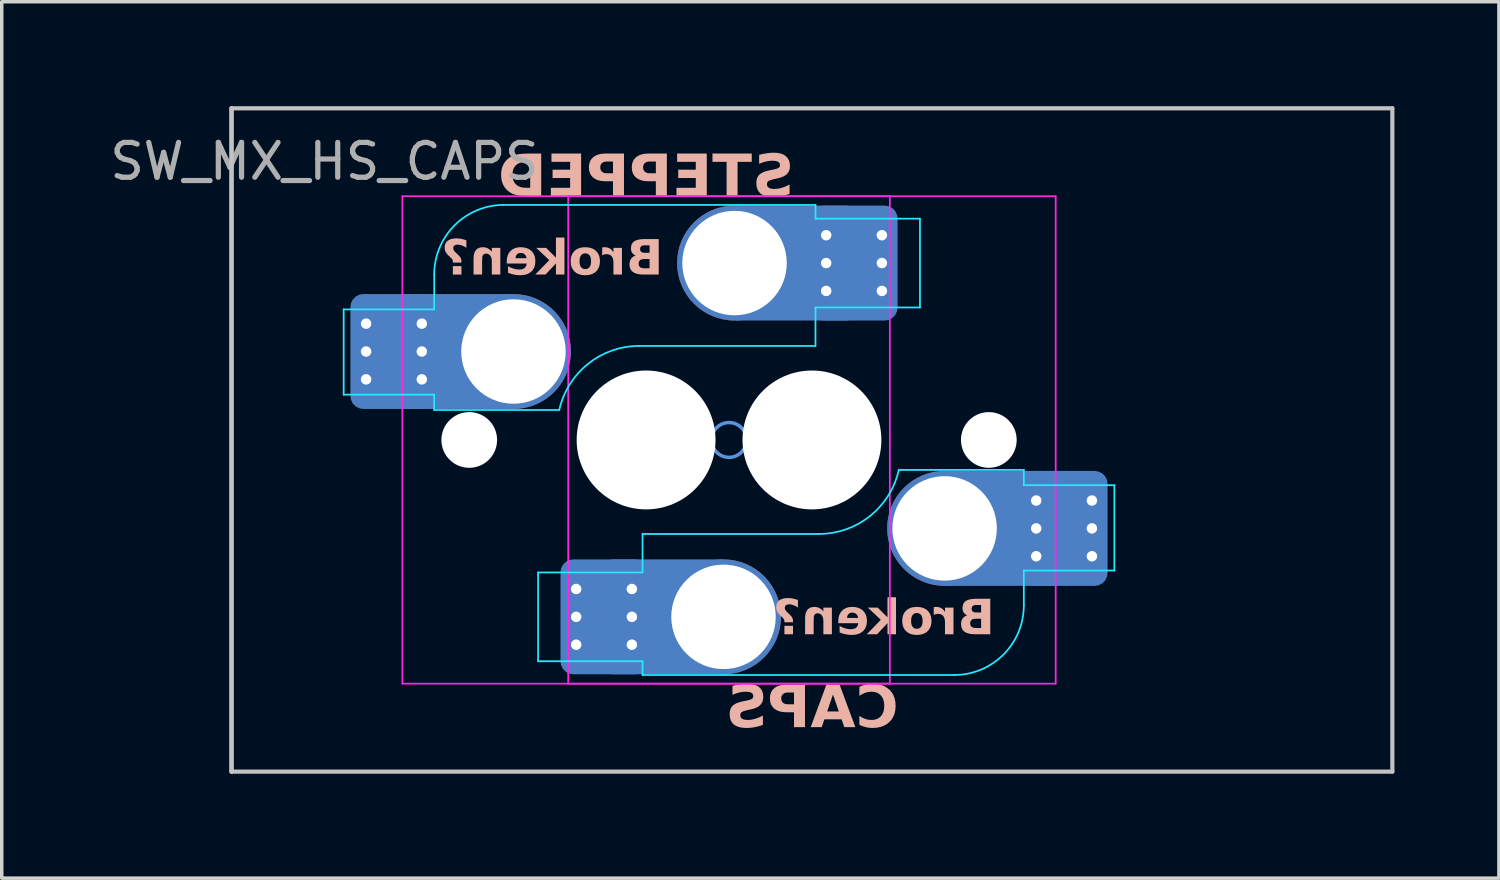
<source format=kicad_pcb>
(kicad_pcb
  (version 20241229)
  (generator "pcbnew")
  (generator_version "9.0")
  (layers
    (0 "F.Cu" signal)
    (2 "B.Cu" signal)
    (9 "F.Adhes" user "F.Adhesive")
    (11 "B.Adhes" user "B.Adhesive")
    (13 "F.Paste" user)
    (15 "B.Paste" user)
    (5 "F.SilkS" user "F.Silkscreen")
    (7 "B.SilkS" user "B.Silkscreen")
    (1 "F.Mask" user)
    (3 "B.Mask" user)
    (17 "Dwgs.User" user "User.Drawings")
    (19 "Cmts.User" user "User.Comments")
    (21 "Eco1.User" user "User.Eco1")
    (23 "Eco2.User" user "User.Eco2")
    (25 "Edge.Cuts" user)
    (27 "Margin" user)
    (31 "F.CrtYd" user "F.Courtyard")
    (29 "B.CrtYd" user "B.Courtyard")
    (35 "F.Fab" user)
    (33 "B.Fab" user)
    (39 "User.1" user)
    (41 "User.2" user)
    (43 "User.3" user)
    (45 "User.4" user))
  (footprint "SW_MX_HS_CAPS"
    (layer "F.Cu")
    (at 20.268 9.585)
    (property "Reference" "SW_MX_HS_CAPS" (at -14 -8 0) (layer "F.Fab") (effects (font (size 1 1) (thickness 0.15))))
    (attr smd)
    (fp_line (start -16.669 -9.525) (end -16.669 9.525) (stroke (width 0.12) (type solid)) (layer "Dwgs.User"))
    (fp_line (start -16.669 -9.525) (end -16.669 9.525) (stroke (width 0.12) (type solid)) (layer "Dwgs.User"))
    (fp_line (start -16.669 9.525) (end 16.669 9.525) (stroke (width 0.12) (type solid)) (layer "Dwgs.User"))
    (fp_line (start 16.669 -9.525) (end -16.669 -9.525) (stroke (width 0.12) (type solid)) (layer "Dwgs.User"))
    (fp_line (start 16.669 9.525) (end 16.669 -9.525) (stroke (width 0.12) (type solid)) (layer "Dwgs.User"))
    (fp_circle (center -8.572 -2.54) (end -8.572 -3.04) (stroke (width 0.1) (type default)) (fill no) (layer "Cmts.User"))
    (fp_circle (center -2.381 0) (end -2.381 -0.5) (stroke (width 0.1) (type default)) (fill no) (layer "Cmts.User"))
    (fp_circle (center 3.81 2.54) (end 3.81 3.04) (stroke (width 0.1) (type default)) (fill no) (layer "Cmts.User"))
    (fp_line (start -11.762 6.5) (end -11.762 -6.5) (stroke (width 0.05) (type solid)) (layer "Eco2.User"))
    (fp_line (start -11.262 -7) (end 1.738 -7) (stroke (width 0.05) (type solid)) (layer "Eco2.User"))
    (fp_line (start -7 6.5) (end -7 -6.5) (stroke (width 0.05) (type solid)) (layer "Eco2.User"))
    (fp_line (start -6.5 -7) (end 6.5 -7) (stroke (width 0.05) (type solid)) (layer "Eco2.User"))
    (fp_line (start 1.738 7) (end -11.262 7) (stroke (width 0.05) (type solid)) (layer "Eco2.User"))
    (fp_line (start 2.237 -6.5) (end 2.237 6.5) (stroke (width 0.05) (type solid)) (layer "Eco2.User"))
    (fp_line (start 6.5 7) (end -6.5 7) (stroke (width 0.05) (type solid)) (layer "Eco2.User"))
    (fp_line (start 7 -6.5) (end 7 6.5) (stroke (width 0.05) (type solid)) (layer "Eco2.User"))
    (fp_arc (start -11.7625 -6.5) (mid -11.616053 -6.853553) (end -11.2625 -7) (stroke (width 0.05) (type solid)) (layer "Eco2.User"))
    (fp_arc (start -11.2625 7) (mid -11.616053 6.853553) (end -11.7625 6.5) (stroke (width 0.05) (type solid)) (layer "Eco2.User"))
    (fp_arc (start -6.997236 -6.498884) (mid -6.850806 -6.852454) (end -6.497236 -6.998884) (stroke (width 0.05) (type solid)) (layer "Eco2.User"))
    (fp_arc (start -6.5 7) (mid -6.853553 6.853553) (end -7 6.5) (stroke (width 0.05) (type solid)) (layer "Eco2.User"))
    (fp_arc (start 1.7375 -7) (mid 2.091053 -6.853553) (end 2.2375 -6.5) (stroke (width 0.05) (type solid)) (layer "Eco2.User"))
    (fp_arc (start 2.234736 6.498884) (mid 2.088306 6.852455) (end 1.734736 6.998884) (stroke (width 0.05) (type solid)) (layer "Eco2.User"))
    (fp_arc (start 6.5 -7) (mid 6.853553 -6.853553) (end 7 -6.5) (stroke (width 0.05) (type solid)) (layer "Eco2.User"))
    (fp_arc (start 7 6.5) (mid 6.853553 6.853553) (end 6.5 7) (stroke (width 0.05) (type solid)) (layer "Eco2.User"))
    (fp_line (start -13.448 -3.75) (end -13.448 -1.3) (stroke (width 0.05) (type solid)) (layer "B.CrtYd"))
    (fp_line (start -13.448 -1.3) (end -10.848 -1.3) (stroke (width 0.05) (type solid)) (layer "B.CrtYd"))
    (fp_line (start -10.848 -3.75) (end -13.448 -3.75) (stroke (width 0.05) (type solid)) (layer "B.CrtYd"))
    (fp_line (start -10.848 -3.75) (end -10.848 -4.75) (stroke (width 0.05) (type solid)) (layer "B.CrtYd"))
    (fp_line (start -10.848 -1.3) (end -10.848 -0.86) (stroke (width 0.05) (type solid)) (layer "B.CrtYd"))
    (fp_line (start -10.848 -0.86) (end -7.257 -0.86) (stroke (width 0.05) (type solid)) (layer "B.CrtYd"))
    (fp_line (start -8.848 -6.75) (end 0.102 -6.75) (stroke (width 0.05) (type solid)) (layer "B.CrtYd"))
    (fp_line (start -7.865 3.805) (end -7.865 6.355) (stroke (width 0.05) (type solid)) (layer "B.CrtYd"))
    (fp_line (start -4.865 2.7) (end 0.2 2.7) (stroke (width 0.05) (type solid)) (layer "B.CrtYd"))
    (fp_line (start -4.865 3.805) (end -7.865 3.805) (stroke (width 0.05) (type solid)) (layer "B.CrtYd"))
    (fp_line (start -4.865 3.805) (end -4.865 2.7) (stroke (width 0.05) (type solid)) (layer "B.CrtYd"))
    (fp_line (start -4.865 6.355) (end -7.865 6.355) (stroke (width 0.05) (type solid)) (layer "B.CrtYd"))
    (fp_line (start -4.865 6.75) (end -4.865 6.355) (stroke (width 0.05) (type solid)) (layer "B.CrtYd"))
    (fp_line (start 0.102 -6.75) (end 0.102 -6.355) (stroke (width 0.05) (type solid)) (layer "B.CrtYd"))
    (fp_line (start 0.102 -6.355) (end 3.102 -6.355) (stroke (width 0.05) (type solid)) (layer "B.CrtYd"))
    (fp_line (start 0.102 -3.805) (end 0.102 -2.7) (stroke (width 0.05) (type solid)) (layer "B.CrtYd"))
    (fp_line (start 0.102 -3.805) (end 3.102 -3.805) (stroke (width 0.05) (type solid)) (layer "B.CrtYd"))
    (fp_line (start 0.102 -2.7) (end -4.963 -2.7) (stroke (width 0.05) (type solid)) (layer "B.CrtYd"))
    (fp_line (start 3.102 -3.805) (end 3.102 -6.355) (stroke (width 0.05) (type solid)) (layer "B.CrtYd"))
    (fp_line (start 4.085 6.75) (end -4.865 6.75) (stroke (width 0.05) (type solid)) (layer "B.CrtYd"))
    (fp_line (start 6.085 0.86) (end 2.494 0.86) (stroke (width 0.05) (type solid)) (layer "B.CrtYd"))
    (fp_line (start 6.085 1.3) (end 6.085 0.86) (stroke (width 0.05) (type solid)) (layer "B.CrtYd"))
    (fp_line (start 6.085 3.75) (end 6.085 4.75) (stroke (width 0.05) (type solid)) (layer "B.CrtYd"))
    (fp_line (start 6.085 3.75) (end 8.685 3.75) (stroke (width 0.05) (type solid)) (layer "B.CrtYd"))
    (fp_line (start 8.685 1.3) (end 6.085 1.3) (stroke (width 0.05) (type solid)) (layer "B.CrtYd"))
    (fp_line (start 8.685 3.75) (end 8.685 1.3) (stroke (width 0.05) (type solid)) (layer "B.CrtYd"))
    (fp_arc (start -10.847676 -4.75022) (mid -10.26189 -6.164434) (end -8.847676 -6.75022) (stroke (width 0.05) (type solid)) (layer "B.CrtYd"))
    (fp_arc (start -7.256822 -0.86022) (mid -6.433003 -2.183399) (end -4.9625 -2.70022) (stroke (width 0.05) (type solid)) (layer "B.CrtYd"))
    (fp_arc (start 2.494322 0.86022) (mid 1.670503 2.183399) (end 0.2 2.70022) (stroke (width 0.05) (type solid)) (layer "B.CrtYd"))
    (fp_arc (start 6.085176 4.75022) (mid 5.49939 6.164434) (end 4.085176 6.75022) (stroke (width 0.05) (type solid)) (layer "B.CrtYd"))
    (fp_line (start -11.762 -7) (end -11.762 7) (stroke (width 0.05) (type solid)) (layer "F.CrtYd"))
    (fp_line (start -11.762 7) (end 2.237 7) (stroke (width 0.05) (type solid)) (layer "F.CrtYd"))
    (fp_line (start -7 -7) (end -7 7) (stroke (width 0.05) (type solid)) (layer "F.CrtYd"))
    (fp_line (start -7 7) (end 7 7) (stroke (width 0.05) (type solid)) (layer "F.CrtYd"))
    (fp_line (start 2.237 -7) (end -11.762 -7) (stroke (width 0.05) (type solid)) (layer "F.CrtYd"))
    (fp_line (start 2.237 7) (end 2.237 -7) (stroke (width 0.05) (type solid)) (layer "F.CrtYd"))
    (fp_line (start 7 -7) (end -7 -7) (stroke (width 0.05) (type solid)) (layer "F.CrtYd"))
    (fp_line (start 7 7) (end 7 -7) (stroke (width 0.05) (type solid)) (layer "F.CrtYd"))
    (fp_text user "Broken?" (at 5.25 5.75 0) (unlocked yes) (layer "B.SilkS") (effects (font (face "Hitmo2.0") (size 1 1) (thickness 0.25) (bold yes)) (justify left bottom mirror)))
    (fp_text user "Broken?" (at -4.272 -4.58 0) (unlocked yes) (layer "B.SilkS") (effects (font (face "Hitmo2.0") (size 1 1) (thickness 0.25) (bold yes)) (justify left bottom mirror)))
    (fp_text user "CAPS" (at 0 7.75 0) (layer "B.SilkS") (effects (font (face "Hitmo2.0") (size 1.2 1.2) (thickness 0.24) (bold yes)) (justify mirror)))
    (fp_text user "STEPPED" (at -4.763 -7.5 0) (layer "B.SilkS") (effects (font (face "Hitmo2.0") (size 1.2 1.2) (thickness 0.24) (bold yes)) (justify mirror)))
    (pad "" np_thru_hole circle (at -9.842 0) (size 1.6 1.6) (drill 1.6) (layers "*.Cu" "*.Mask"))
    (pad "" np_thru_hole circle (at -4.763 0) (size 3.988 3.988) (drill 3.988) (layers "*.Cu" "*.Mask"))
    (pad "" np_thru_hole circle (at 0 0 180) (size 3.988 3.988) (drill 3.988) (layers "*.Cu" "*.Mask"))
    (pad "" np_thru_hole circle (at 5.08 0 180) (size 1.6 1.6) (drill 1.6) (layers "*.Cu" "*.Mask"))
    (pad "1" thru_hole circle (at -12.804 -3.34 180) (size 0.6 0.6) (drill 0.3) (layers "*.Cu"))
    (pad "1" thru_hole circle (at -12.804 -2.54 180) (size 0.6 0.6) (drill 0.3) (layers "*.Cu"))
    (pad "1" thru_hole circle (at -12.804 -1.74 180) (size 0.6 0.6) (drill 0.3) (layers "*.Cu"))
    (pad "1" smd roundrect (at -12.004 -2.54 180) (size 2.2 3) (layers "B.Cu" "B.Mask" "B.Paste") (roundrect_rratio 0.114))
    (pad "1" smd roundrect (at -12.004 -2.54 180) (size 2.5 3.3) (layers "B.Cu") (roundrect_rratio 0.148))
    (pad "1" thru_hole circle (at -11.204 -3.34 180) (size 0.6 0.6) (drill 0.3) (layers "*.Cu"))
    (pad "1" thru_hole circle (at -11.204 -2.54 180) (size 0.6 0.6) (drill 0.3) (layers "*.Cu"))
    (pad "1" thru_hole circle (at -11.204 -1.74 180) (size 0.6 0.6) (drill 0.3) (layers "*.Cu"))
    (pad "1" smd rect (at -10.186 -2.54 180) (size 3.226 3.3) (layers "B.Cu"))
    (pad "1" thru_hole circle (at -8.572 -2.54 180) (size 3 3) (drill 3) (layers "*.Cu" "*.Mask"))
    (pad "1" smd circle (at -8.572 -2.54 180) (size 3.3 3.3) (layers "F.Cu"))
    (pad "1" smd circle (at -8.572 -2.54 180) (size 3.3 3.3) (layers "B.Cu"))
    (pad "1" thru_hole circle (at -6.771 4.28 180) (size 0.6 0.6) (drill 0.3) (layers "*.Cu"))
    (pad "1" thru_hole circle (at -6.771 5.08 180) (size 0.6 0.6) (drill 0.3) (layers "*.Cu"))
    (pad "1" thru_hole circle (at -6.771 5.88 180) (size 0.6 0.6) (drill 0.3) (layers "*.Cu"))
    (pad "1" smd roundrect (at -5.971 5.08 180) (size 2.2 3) (layers "B.Cu" "B.Mask" "B.Paste") (roundrect_rratio 0.114))
    (pad "1" smd roundrect (at -5.971 5.08 180) (size 2.5 3.3) (layers "B.Cu") (roundrect_rratio 0.148))
    (pad "1" thru_hole circle (at -5.171 4.28 180) (size 0.6 0.6) (drill 0.3) (layers "*.Cu"))
    (pad "1" thru_hole circle (at -5.171 5.08 180) (size 0.6 0.6) (drill 0.3) (layers "*.Cu"))
    (pad "1" thru_hole circle (at -5.171 5.88 180) (size 0.6 0.6) (drill 0.3) (layers "*.Cu"))
    (pad "1" smd rect (at -4.153 5.08 180) (size 3.226 3.3) (layers "B.Cu"))
    (pad "1" thru_hole circle (at -2.54 5.08 180) (size 3 3) (drill 3) (layers "*.Cu" "*.Mask"))
    (pad "1" smd circle (at -2.54 5.08 180) (size 3.3 3.3) (layers "F.Cu"))
    (pad "1" smd circle (at -2.54 5.08 180) (size 3.3 3.3) (layers "B.Cu"))
    (pad "2" thru_hole circle (at -2.223 -5.08) (size 3 3) (drill 3) (layers "*.Cu" "*.Mask"))
    (pad "2" smd circle (at -2.223 -5.08 180) (size 3.3 3.3) (layers "F.Cu"))
    (pad "2" smd circle (at -2.223 -5.08 180) (size 3.3 3.3) (layers "B.Cu"))
    (pad "2" smd rect (at -0.562 -5.08) (size 3.226 3.3) (layers "B.Cu"))
    (pad "2" thru_hole circle (at 0.409 -5.88) (size 0.6 0.6) (drill 0.3) (layers "*.Cu"))
    (pad "2" thru_hole circle (at 0.409 -5.08) (size 0.6 0.6) (drill 0.3) (layers "*.Cu"))
    (pad "2" thru_hole circle (at 0.409 -4.28) (size 0.6 0.6) (drill 0.3) (layers "*.Cu"))
    (pad "2" smd roundrect (at 1.209 -5.08) (size 2.2 3) (layers "B.Cu" "B.Mask" "B.Paste") (roundrect_rratio 0.114))
    (pad "2" smd roundrect (at 1.209 -5.08) (size 2.5 3.3) (layers "B.Cu") (roundrect_rratio 0.148))
    (pad "2" thru_hole circle (at 2.009 -5.88) (size 0.6 0.6) (drill 0.3) (layers "*.Cu"))
    (pad "2" thru_hole circle (at 2.009 -5.08) (size 0.6 0.6) (drill 0.3) (layers "*.Cu"))
    (pad "2" thru_hole circle (at 2.009 -4.28) (size 0.6 0.6) (drill 0.3) (layers "*.Cu"))
    (pad "2" thru_hole circle (at 3.81 2.54) (size 3 3) (drill 3) (layers "*.Cu" "*.Mask"))
    (pad "2" smd circle (at 3.81 2.54 180) (size 3.3 3.3) (layers "F.Cu"))
    (pad "2" smd circle (at 3.81 2.54 180) (size 3.3 3.3) (layers "B.Cu"))
    (pad "2" smd rect (at 5.471 2.54) (size 3.226 3.3) (layers "B.Cu"))
    (pad "2" thru_hole circle (at 6.441 1.74) (size 0.6 0.6) (drill 0.3) (layers "*.Cu"))
    (pad "2" thru_hole circle (at 6.441 2.54) (size 0.6 0.6) (drill 0.3) (layers "*.Cu"))
    (pad "2" thru_hole circle (at 6.441 3.34) (size 0.6 0.6) (drill 0.3) (layers "*.Cu"))
    (pad "2" smd roundrect (at 7.241 2.54) (size 2.2 3) (layers "B.Cu" "B.Mask" "B.Paste") (roundrect_rratio 0.114))
    (pad "2" smd roundrect (at 7.241 2.54) (size 2.5 3.3) (layers "B.Cu") (roundrect_rratio 0.148))
    (pad "2" thru_hole circle (at 8.041 1.74) (size 0.6 0.6) (drill 0.3) (layers "*.Cu"))
    (pad "2" thru_hole circle (at 8.041 2.54) (size 0.6 0.6) (drill 0.3) (layers "*.Cu"))
    (pad "2" thru_hole circle (at 8.041 3.34) (size 0.6 0.6) (drill 0.3) (layers "*.Cu")))
  (gr_rect
    (start -3 -3)
    (end 39.997 22.17)
    (stroke (width 0.1) (type default))
    (fill no)
    (layer "Edge.Cuts")))
</source>
